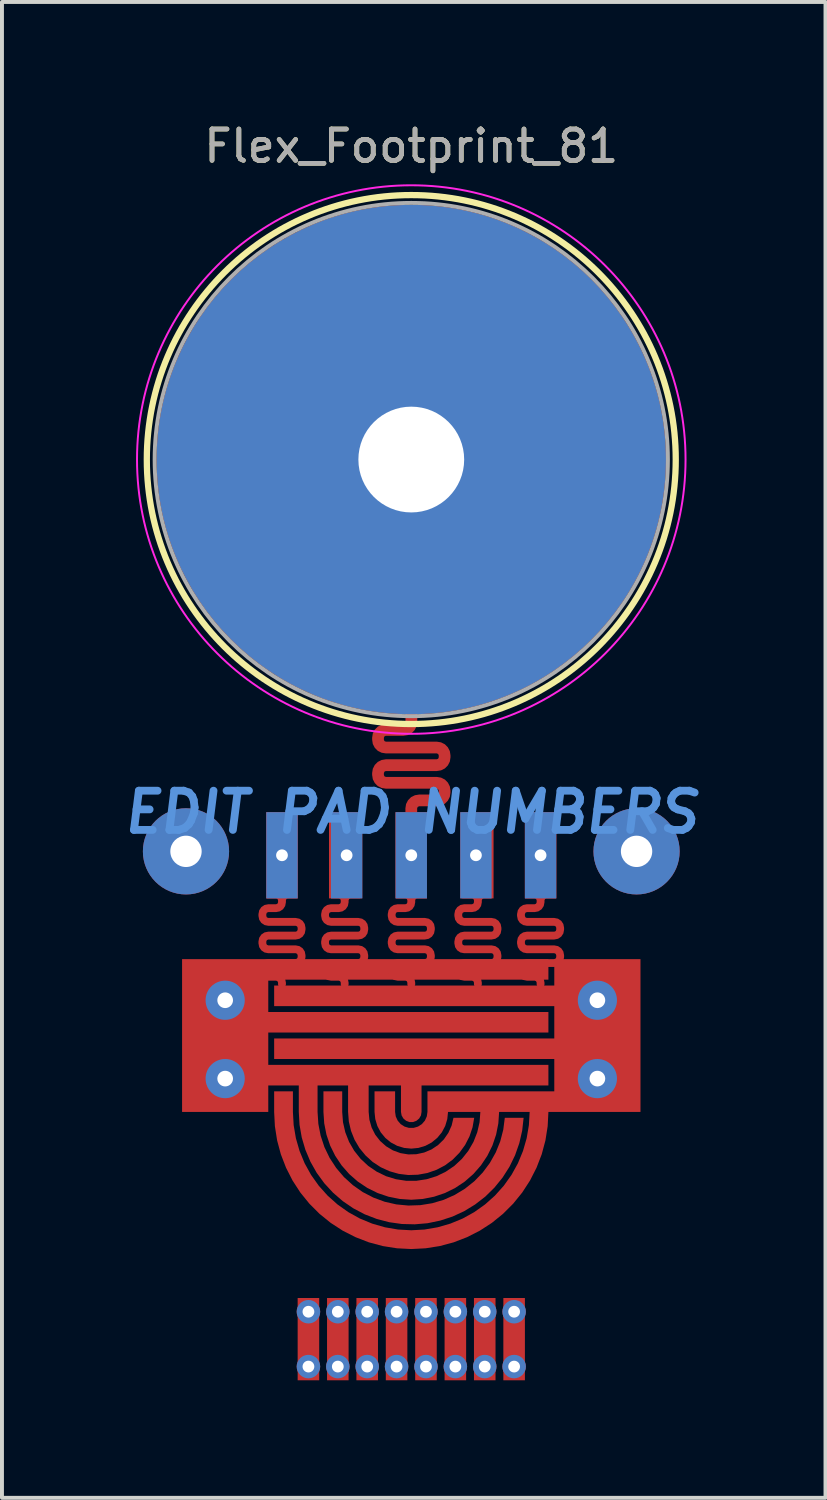
<source format=kicad_pcb>
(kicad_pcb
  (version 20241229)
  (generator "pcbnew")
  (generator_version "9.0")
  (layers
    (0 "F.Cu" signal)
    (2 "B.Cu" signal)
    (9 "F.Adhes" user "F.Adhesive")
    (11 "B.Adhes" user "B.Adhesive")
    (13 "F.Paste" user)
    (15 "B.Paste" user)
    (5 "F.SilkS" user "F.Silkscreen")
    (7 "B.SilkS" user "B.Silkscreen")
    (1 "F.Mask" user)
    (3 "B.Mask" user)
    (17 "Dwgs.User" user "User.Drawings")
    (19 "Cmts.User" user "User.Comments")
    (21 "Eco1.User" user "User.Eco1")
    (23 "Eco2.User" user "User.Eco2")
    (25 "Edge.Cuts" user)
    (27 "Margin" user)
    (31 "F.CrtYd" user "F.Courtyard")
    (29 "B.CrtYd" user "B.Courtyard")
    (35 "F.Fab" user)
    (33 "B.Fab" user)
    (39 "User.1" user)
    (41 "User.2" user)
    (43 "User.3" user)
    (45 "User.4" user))
  (footprint "Flex_Footprint_81"
    (layer "F.Cu")
    (at 7.447 8.679)
    (property "Reference" "Flex_Footprint_81" (at 0 -8 0) (layer "F.SilkS") (effects (font (size 0.8 0.8) (thickness 0.12))))
    (attr through_hole)
    (fp_circle (center 0 0) (end -6.75 0) (stroke (width 0.16) (type solid)) (fill no) (layer "F.SilkS"))
    (fp_circle (center 0 0) (end -7 0) (stroke (width 0.05) (type solid)) (fill no) (layer "F.CrtYd"))
    (fp_circle (center 0 0) (end -6.55 0) (stroke (width 0.1) (type solid)) (fill no) (layer "F.Fab"))
    (fp_text user "EDIT PAD NUMBERS" (at 0 9 0) (layer "Cmts.User") (effects (font (size 1 1) (thickness 0.2) (italic yes))))
    (fp_text user "${REFERENCE}" (at 0 -8 0) (layer "F.Fab") (effects (font (size 0.8 0.8) (thickness 0.12))))
    (pad "#" thru_hole circle (at -5.75 10) (size 2.2 2.2) (drill 0.8) (layers "*.Cu" "*.Mask"))
    (pad "#" smd custom (at -4.85 14.75) (size 0.2 0.2) (layers "F.Cu" "F.Mask") (options (anchor circle)) (primitives (gr_poly (pts (xy 8.35 -1.475) (xy 1.2 -1.475) (xy 1.2 -0.65) (xy 8.35 -0.65) (xy 8.35 -0.125) (xy 1.2 -0.125) (xy 1.2 0.7) (xy 8.35 0.7) (xy 8.35 1.225) (xy 5.112 1.225) (xy 5.112 1.9) (xy 5.097 1.99) (xy 5.051 2.069) (xy 4.981 2.127) (xy 4.896 2.159) (xy 4.804 2.159) (xy 4.719 2.127) (xy 4.649 2.069) (xy 4.603 1.99) (xy 4.587 1.9) (xy 4.587 1.225) (xy 3.762 1.225) (xy 3.762 1.9) (xy 3.782 2.103) (xy 3.838 2.299) (xy 3.93 2.481) (xy 4.055 2.642) (xy 4.207 2.777) (xy 4.382 2.882) (xy 4.574 2.952) (xy 4.775 2.985) (xy 4.979 2.98) (xy 5.178 2.937) (xy 5.366 2.858) (xy 5.535 2.745) (xy 5.681 2.602) (xy 5.797 2.434) (xy 5.88 2.248) (xy 5.927 2.05) (xy 6.456 2.05) (xy 6.414 2.292) (xy 6.336 2.525) (xy 6.224 2.743) (xy 6.08 2.942) (xy 5.908 3.117) (xy 5.711 3.264) (xy 5.494 3.378) (xy 5.262 3.459) (xy 5.02 3.503) (xy 4.775 3.511) (xy 4.531 3.481) (xy 4.295 3.414) (xy 4.071 3.312) (xy 3.866 3.178) (xy 3.684 3.013) (xy 3.528 2.823) (xy 3.403 2.612) (xy 3.312 2.384) (xy 3.256 2.145) (xy 3.237 1.9) (xy 3.237 1.225) (xy 2.458 1.225) (xy 2.458 1.9) (xy 2.478 2.206) (xy 2.537 2.507) (xy 2.633 2.798) (xy 2.766 3.074) (xy 2.934 3.331) (xy 3.133 3.564) (xy 3.36 3.77) (xy 3.611 3.946) (xy 3.883 4.087) (xy 4.171 4.193) (xy 4.47 4.261) (xy 4.775 4.29) (xy 5.081 4.28) (xy 5.384 4.231) (xy 5.678 4.144) (xy 5.958 4.019) (xy 6.22 3.86) (xy 6.46 3.669) (xy 6.673 3.448) (xy 6.856 3.202) (xy 7.006 2.935) (xy 7.121 2.651) (xy 7.198 2.354) (xy 7.237 2.05) (xy 7.717 2.05) (xy 7.681 2.376) (xy 7.608 2.696) (xy 7.499 3.006) (xy 7.356 3.301) (xy 7.179 3.578) (xy 6.972 3.833) (xy 6.738 4.063) (xy 6.478 4.264) (xy 6.198 4.435) (xy 5.9 4.572) (xy 5.588 4.674) (xy 5.266 4.741) (xy 4.939 4.769) (xy 4.611 4.761) (xy 4.286 4.715) (xy 3.968 4.632) (xy 3.662 4.514) (xy 3.371 4.361) (xy 3.1 4.176) (xy 2.852 3.961) (xy 2.63 3.72) (xy 2.436 3.454) (xy 2.275 3.169) (xy 2.147 2.866) (xy 2.054 2.551) (xy 1.998 2.228) (xy 1.979 1.9) (xy 1.979 1.225) (xy 1.2 1.225) (xy 1.2 1.9) (xy -1 1.9) (xy -1 -2) (xy 8.35 -2)) (width 0) (fill yes))))
    (pad "#" thru_hole circle (at -4.75 13.8) (size 1 1) (drill 0.4) (layers "*.Cu" "*.Mask"))
    (pad "#" thru_hole circle (at -4.75 15.8) (size 1 1) (drill 0.4) (layers "*.Cu" "*.Mask"))
    (pad "#" thru_hole rect (at -3.3 10.1) (size 0.8 2.2) (drill 0.3) (layers "*.Cu" "*.Mask"))
    (pad "#" smd custom (at -3.3 13.4) (size 0.1 0.1) (layers "F.Cu" "F.Mask") (options (anchor circle)) (primitives (gr_poly (pts (xy -0.15 -2.05) (xy -0.115 -2.065) (xy -0.1 -2.1) (xy -0.1 -2.15) (xy -0.115 -2.185) (xy -0.15 -2.2) (xy -0.4 -2.2) (xy -0.4 -4.4) (xy 0.4 -4.4) (xy 0.4 -2.2) (xy 0.15 -2.2) (xy 0.115 -2.185) (xy 0.1 -2.15) (xy 0.1 -2.1) (xy 0.081 -2.004) (xy 0.027 -1.923) (xy -0.054 -1.869) (xy -0.15 -1.85) (xy -0.35 -1.85) (xy -0.385 -1.835) (xy -0.4 -1.8) (xy -0.4 -1.75) (xy -0.385 -1.715) (xy -0.35 -1.7) (xy 0.35 -1.7) (xy 0.446 -1.681) (xy 0.527 -1.627) (xy 0.581 -1.546) (xy 0.6 -1.45) (xy 0.6 -1.4) (xy 0.581 -1.304) (xy 0.527 -1.223) (xy 0.446 -1.169) (xy 0.35 -1.15) (xy -0.35 -1.15) (xy -0.385 -1.135) (xy -0.4 -1.1) (xy -0.4 -1.05) (xy -0.385 -1.015) (xy -0.35 -1) (xy 0.35 -1) (xy 0.446 -0.981) (xy 0.527 -0.927) (xy 0.581 -0.846) (xy 0.6 -0.75) (xy 0.6 -0.7) (xy 0.581 -0.604) (xy 0.527 -0.523) (xy 0.446 -0.469) (xy 0.35 -0.45) (xy -0.35 -0.45) (xy -0.385 -0.435) (xy -0.4 -0.4) (xy -0.4 -0.35) (xy -0.385 -0.315) (xy -0.35 -0.3) (xy -0.15 -0.3) (xy -0.054 -0.281) (xy 0.027 -0.227) (xy 0.081 -0.146) (xy 0.1 -0.05) (xy 0.1 0) (xy 0.081 0.059) (xy 0.031 0.095) (xy -0.031 0.095) (xy -0.081 0.059) (xy -0.1 0) (xy -0.1 -0.05) (xy -0.115 -0.085) (xy -0.15 -0.1) (xy -0.35 -0.1) (xy -0.446 -0.119) (xy -0.527 -0.173) (xy -0.581 -0.254) (xy -0.6 -0.35) (xy -0.6 -0.4) (xy -0.581 -0.496) (xy -0.527 -0.577) (xy -0.446 -0.631) (xy -0.35 -0.65) (xy 0.35 -0.65) (xy 0.385 -0.665) (xy 0.4 -0.7) (xy 0.4 -0.75) (xy 0.385 -0.785) (xy 0.35 -0.8) (xy -0.35 -0.8) (xy -0.446 -0.819) (xy -0.527 -0.873) (xy -0.581 -0.954) (xy -0.6 -1.05) (xy -0.6 -1.1) (xy -0.581 -1.196) (xy -0.527 -1.277) (xy -0.446 -1.331) (xy -0.35 -1.35) (xy 0.35 -1.35) (xy 0.385 -1.365) (xy 0.4 -1.4) (xy 0.4 -1.45) (xy 0.385 -1.485) (xy 0.35 -1.5) (xy -0.35 -1.5) (xy -0.446 -1.519) (xy -0.527 -1.573) (xy -0.581 -1.654) (xy -0.6 -1.75) (xy -0.6 -1.8) (xy -0.581 -1.896) (xy -0.527 -1.977) (xy -0.446 -2.031) (xy -0.35 -2.05)) (width 0) (fill yes))))
    (pad "#" thru_hole circle (at -2.625 21.75) (size 0.6 0.6) (drill 0.3) (layers "*.Cu" "*.Mask"))
    (pad "#" smd custom (at -2.625 22.45) (size 0.2 0.2) (layers "F.Cu" "F.Mask") (options (anchor circle)) (primitives (gr_poly (pts (xy -0.275 -1.05) (xy -0.275 1.05) (xy 0.275 1.05) (xy 0.275 -1.05)) (width 0) (fill yes))))
    (pad "#" thru_hole circle (at -2.625 23.15) (size 0.6 0.6) (drill 0.3) (layers "*.Cu" "*.Mask"))
    (pad "#" thru_hole circle (at -1.875 21.75) (size 0.6 0.6) (drill 0.3) (layers "*.Cu" "*.Mask"))
    (pad "#" smd custom (at -1.875 22.45) (size 0.2 0.2) (layers "F.Cu" "F.Mask") (options (anchor circle)) (primitives (gr_poly (pts (xy 0.275 -1.05) (xy 0.275 1.05) (xy -0.275 1.05) (xy -0.275 -1.05)) (width 0) (fill yes))))
    (pad "#" thru_hole circle (at -1.875 23.15) (size 0.6 0.6) (drill 0.3) (layers "*.Cu" "*.Mask"))
    (pad "#" smd custom (at -1.7 13.4) (size 0.1 0.1) (layers "F.Cu" "F.Mask") (options (anchor circle)) (primitives (gr_poly (pts (xy -0.15 -2.05) (xy -0.115 -2.065) (xy -0.1 -2.1) (xy -0.1 -2.15) (xy -0.115 -2.185) (xy -0.15 -2.2) (xy -0.4 -2.2) (xy -0.4 -4.4) (xy 0.4 -4.4) (xy 0.4 -2.2) (xy 0.15 -2.2) (xy 0.115 -2.185) (xy 0.1 -2.15) (xy 0.1 -2.1) (xy 0.081 -2.004) (xy 0.027 -1.923) (xy -0.054 -1.869) (xy -0.15 -1.85) (xy -0.35 -1.85) (xy -0.385 -1.835) (xy -0.4 -1.8) (xy -0.4 -1.75) (xy -0.385 -1.715) (xy -0.35 -1.7) (xy 0.35 -1.7) (xy 0.446 -1.681) (xy 0.527 -1.627) (xy 0.581 -1.546) (xy 0.6 -1.45) (xy 0.6 -1.4) (xy 0.581 -1.304) (xy 0.527 -1.223) (xy 0.446 -1.169) (xy 0.35 -1.15) (xy -0.35 -1.15) (xy -0.385 -1.135) (xy -0.4 -1.1) (xy -0.4 -1.05) (xy -0.385 -1.015) (xy -0.35 -1) (xy 0.35 -1) (xy 0.446 -0.981) (xy 0.527 -0.927) (xy 0.581 -0.846) (xy 0.6 -0.75) (xy 0.6 -0.7) (xy 0.581 -0.604) (xy 0.527 -0.523) (xy 0.446 -0.469) (xy 0.35 -0.45) (xy -0.35 -0.45) (xy -0.385 -0.435) (xy -0.4 -0.4) (xy -0.4 -0.35) (xy -0.385 -0.315) (xy -0.35 -0.3) (xy -0.15 -0.3) (xy -0.054 -0.281) (xy 0.027 -0.227) (xy 0.081 -0.146) (xy 0.1 -0.05) (xy 0.1 0) (xy 0.081 0.059) (xy 0.031 0.095) (xy -0.031 0.095) (xy -0.081 0.059) (xy -0.1 0) (xy -0.1 -0.05) (xy -0.115 -0.085) (xy -0.15 -0.1) (xy -0.35 -0.1) (xy -0.446 -0.119) (xy -0.527 -0.173) (xy -0.581 -0.254) (xy -0.6 -0.35) (xy -0.6 -0.4) (xy -0.581 -0.496) (xy -0.527 -0.577) (xy -0.446 -0.631) (xy -0.35 -0.65) (xy 0.35 -0.65) (xy 0.385 -0.665) (xy 0.4 -0.7) (xy 0.4 -0.75) (xy 0.385 -0.785) (xy 0.35 -0.8) (xy -0.35 -0.8) (xy -0.446 -0.819) (xy -0.527 -0.873) (xy -0.581 -0.954) (xy -0.6 -1.05) (xy -0.6 -1.1) (xy -0.581 -1.196) (xy -0.527 -1.277) (xy -0.446 -1.331) (xy -0.35 -1.35) (xy 0.35 -1.35) (xy 0.385 -1.365) (xy 0.4 -1.4) (xy 0.4 -1.45) (xy 0.385 -1.485) (xy 0.35 -1.5) (xy -0.35 -1.5) (xy -0.446 -1.519) (xy -0.527 -1.573) (xy -0.581 -1.654) (xy -0.6 -1.75) (xy -0.6 -1.8) (xy -0.581 -1.896) (xy -0.527 -1.977) (xy -0.446 -2.031) (xy -0.35 -2.05)) (width 0) (fill yes))))
    (pad "#" thru_hole rect (at -1.65 10.1) (size 0.8 2.2) (drill 0.3) (layers "*.Cu" "*.Mask"))
    (pad "#" thru_hole circle (at -1.125 21.75) (size 0.6 0.6) (drill 0.3) (layers "*.Cu" "*.Mask"))
    (pad "#" smd custom (at -1.125 22.45) (size 0.2 0.2) (layers "F.Cu" "F.Mask") (options (anchor circle)) (primitives (gr_poly (pts (xy 0.275 -1.05) (xy 0.275 1.05) (xy -0.275 1.05) (xy -0.275 -1.05)) (width 0) (fill yes))))
    (pad "#" thru_hole circle (at -1.125 23.15) (size 0.6 0.6) (drill 0.3) (layers "*.Cu" "*.Mask"))
    (pad "#" thru_hole circle (at -0.375 21.75) (size 0.6 0.6) (drill 0.3) (layers "*.Cu" "*.Mask"))
    (pad "#" smd custom (at -0.375 22.45) (size 0.2 0.2) (layers "F.Cu" "F.Mask") (options (anchor circle)) (primitives (gr_poly (pts (xy 0.275 1.05) (xy -0.275 1.05) (xy -0.275 -1.05) (xy 0.275 -1.05)) (width 0) (fill yes))))
    (pad "#" thru_hole circle (at -0.375 23.15) (size 0.6 0.6) (drill 0.3) (layers "*.Cu" "*.Mask"))
    (pad "#" thru_hole circle (at 0 0) (size 13 13) (drill 2.7) (layers "*.Cu" "*.Mask"))
    (pad "#" smd custom (at 0 9.033) (size 0.073 0.073) (layers "F.Cu" "F.Mask") (options (anchor circle)) (primitives (gr_poly (pts (xy -0.198 -2.283) (xy -0.162 -2.297) (xy -0.148 -2.333) (xy -0.148 -2.595) (xy 0.152 -2.595) (xy 0.152 -2.333) (xy 0.135 -2.224) (xy 0.085 -2.127) (xy 0.008 -2.049) (xy -0.09 -2) (xy -0.198 -1.983) (xy -0.649 -1.983) (xy -0.684 -1.968) (xy -0.699 -1.933) (xy -0.699 -1.883) (xy -0.684 -1.847) (xy -0.649 -1.833) (xy 0.651 -1.833) (xy 0.759 -1.815) (xy 0.857 -1.766) (xy 0.934 -1.688) (xy 0.984 -1.591) (xy 1.001 -1.483) (xy 1.001 -1.433) (xy 0.984 -1.324) (xy 0.934 -1.227) (xy 0.857 -1.149) (xy 0.759 -1.1) (xy 0.651 -1.083) (xy -0.649 -1.083) (xy -0.684 -1.068) (xy -0.699 -1.033) (xy -0.699 -0.983) (xy -0.684 -0.947) (xy -0.649 -0.933) (xy 0.651 -0.933) (xy 0.759 -0.915) (xy 0.857 -0.866) (xy 0.934 -0.788) (xy 0.984 -0.691) (xy 1.001 -0.583) (xy 1.001 -0.533) (xy 0.984 -0.424) (xy 0.934 -0.327) (xy 0.857 -0.249) (xy 0.759 -0.2) (xy 0.651 -0.183) (xy 0.2 -0.183) (xy 0.165 -0.168) (xy 0.15 -0.133) (xy 0.15 0) (xy 0.135 0.065) (xy 0.094 0.117) (xy 0.033 0.146) (xy -0.033 0.146) (xy -0.094 0.117) (xy -0.135 0.065) (xy -0.15 0) (xy -0.15 -0.133) (xy -0.133 -0.241) (xy -0.083 -0.338) (xy -0.006 -0.416) (xy 0.092 -0.465) (xy 0.2 -0.483) (xy 0.651 -0.483) (xy 0.686 -0.497) (xy 0.701 -0.533) (xy 0.701 -0.583) (xy 0.686 -0.618) (xy 0.651 -0.633) (xy -0.649 -0.633) (xy -0.757 -0.65) (xy -0.855 -0.699) (xy -0.932 -0.777) (xy -0.982 -0.874) (xy -0.999 -0.983) (xy -0.999 -1.033) (xy -0.982 -1.141) (xy -0.932 -1.238) (xy -0.855 -1.316) (xy -0.757 -1.365) (xy -0.649 -1.383) (xy 0.651 -1.383) (xy 0.686 -1.397) (xy 0.701 -1.433) (xy 0.701 -1.483) (xy 0.686 -1.518) (xy 0.651 -1.533) (xy -0.649 -1.533) (xy -0.757 -1.55) (xy -0.855 -1.599) (xy -0.932 -1.677) (xy -0.982 -1.774) (xy -0.999 -1.883) (xy -0.999 -1.933) (xy -0.982 -2.041) (xy -0.932 -2.138) (xy -0.855 -2.216) (xy -0.757 -2.265) (xy -0.649 -2.283)) (width 0) (fill yes))))
    (pad "#" smd custom (at 0 9.033) (size 0.073 0.073) (layers "F.Cu" "F.Mask") (options (anchor circle)) (primitives (gr_poly (pts (xy -0.15 2.317) (xy -0.115 2.302) (xy -0.1 2.267) (xy -0.1 2.217) (xy -0.115 2.181) (xy -0.15 2.167) (xy -0.4 2.167) (xy -0.4 -0.033) (xy 0.4 -0.033) (xy 0.4 2.167) (xy 0.15 2.167) (xy 0.115 2.181) (xy 0.1 2.217) (xy 0.1 2.267) (xy 0.081 2.362) (xy 0.027 2.444) (xy -0.054 2.498) (xy -0.15 2.517) (xy -0.35 2.517) (xy -0.385 2.531) (xy -0.4 2.567) (xy -0.4 2.617) (xy -0.385 2.652) (xy -0.35 2.667) (xy 0.35 2.667) (xy 0.446 2.686) (xy 0.527 2.74) (xy 0.581 2.821) (xy 0.6 2.917) (xy 0.6 2.967) (xy 0.581 3.062) (xy 0.527 3.144) (xy 0.446 3.198) (xy 0.35 3.217) (xy -0.35 3.217) (xy -0.385 3.231) (xy -0.4 3.267) (xy -0.4 3.317) (xy -0.385 3.352) (xy -0.35 3.367) (xy 0.35 3.367) (xy 0.446 3.386) (xy 0.527 3.44) (xy 0.581 3.521) (xy 0.6 3.617) (xy 0.6 3.667) (xy 0.581 3.762) (xy 0.527 3.844) (xy 0.446 3.898) (xy 0.35 3.917) (xy -0.35 3.917) (xy -0.385 3.931) (xy -0.4 3.967) (xy -0.4 4.017) (xy -0.385 4.052) (xy -0.35 4.067) (xy -0.15 4.067) (xy -0.054 4.086) (xy 0.027 4.14) (xy 0.081 4.221) (xy 0.1 4.317) (xy 0.1 4.367) (xy 0.081 4.426) (xy 0.031 4.462) (xy -0.031 4.462) (xy -0.081 4.426) (xy -0.1 4.367) (xy -0.1 4.317) (xy -0.115 4.281) (xy -0.15 4.267) (xy -0.35 4.267) (xy -0.446 4.248) (xy -0.527 4.194) (xy -0.581 4.112) (xy -0.6 4.017) (xy -0.6 3.967) (xy -0.581 3.871) (xy -0.527 3.79) (xy -0.446 3.736) (xy -0.35 3.717) (xy 0.35 3.717) (xy 0.385 3.702) (xy 0.4 3.667) (xy 0.4 3.617) (xy 0.385 3.581) (xy 0.35 3.567) (xy -0.35 3.567) (xy -0.446 3.548) (xy -0.527 3.494) (xy -0.581 3.412) (xy -0.6 3.317) (xy -0.6 3.267) (xy -0.581 3.171) (xy -0.527 3.09) (xy -0.446 3.036) (xy -0.35 3.017) (xy 0.35 3.017) (xy 0.385 3.002) (xy 0.4 2.967) (xy 0.4 2.917) (xy 0.385 2.881) (xy 0.35 2.867) (xy -0.35 2.867) (xy -0.446 2.848) (xy -0.527 2.794) (xy -0.581 2.712) (xy -0.6 2.617) (xy -0.6 2.567) (xy -0.581 2.471) (xy -0.527 2.39) (xy -0.446 2.336) (xy -0.35 2.317)) (width 0) (fill yes))))
    (pad "#" thru_hole rect (at 0 10.1) (size 0.8 2.2) (drill 0.3) (layers "*.Cu" "*.Mask"))
    (pad "#" thru_hole circle (at 0.375 21.75) (size 0.6 0.6) (drill 0.3) (layers "*.Cu" "*.Mask"))
    (pad "#" smd custom (at 0.375 22.45) (size 0.2 0.2) (layers "F.Cu" "F.Mask") (options (anchor circle)) (primitives (gr_poly (pts (xy 0.275 -1.05) (xy 0.275 1.05) (xy -0.275 1.05) (xy -0.275 -1.05)) (width 0) (fill yes))))
    (pad "#" thru_hole circle (at 0.375 23.15) (size 0.6 0.6) (drill 0.3) (layers "*.Cu" "*.Mask"))
    (pad "#" thru_hole circle (at 1.125 21.75) (size 0.6 0.6) (drill 0.3) (layers "*.Cu" "*.Mask"))
    (pad "#" smd custom (at 1.125 22.45) (size 0.2 0.2) (layers "F.Cu" "F.Mask") (options (anchor circle)) (primitives (gr_poly (pts (xy 0.275 -1.05) (xy 0.275 1.05) (xy -0.275 1.05) (xy -0.275 -1.05)) (width 0) (fill yes))))
    (pad "#" thru_hole circle (at 1.125 23.15) (size 0.6 0.6) (drill 0.3) (layers "*.Cu" "*.Mask"))
    (pad "#" thru_hole rect (at 1.65 10.1) (size 0.8 2.2) (drill 0.3) (layers "*.Cu" "*.Mask"))
    (pad "#" smd custom (at 1.7 13.4) (size 0.1 0.1) (layers "F.Cu" "F.Mask") (options (anchor circle)) (primitives (gr_poly (pts (xy -0.15 -2.05) (xy -0.115 -2.065) (xy -0.1 -2.1) (xy -0.1 -2.15) (xy -0.115 -2.185) (xy -0.15 -2.2) (xy -0.4 -2.2) (xy -0.4 -4.4) (xy 0.4 -4.4) (xy 0.4 -2.2) (xy 0.15 -2.2) (xy 0.115 -2.185) (xy 0.1 -2.15) (xy 0.1 -2.1) (xy 0.081 -2.004) (xy 0.027 -1.923) (xy -0.054 -1.869) (xy -0.15 -1.85) (xy -0.35 -1.85) (xy -0.385 -1.835) (xy -0.4 -1.8) (xy -0.4 -1.75) (xy -0.385 -1.715) (xy -0.35 -1.7) (xy 0.35 -1.7) (xy 0.446 -1.681) (xy 0.527 -1.627) (xy 0.581 -1.546) (xy 0.6 -1.45) (xy 0.6 -1.4) (xy 0.581 -1.304) (xy 0.527 -1.223) (xy 0.446 -1.169) (xy 0.35 -1.15) (xy -0.35 -1.15) (xy -0.385 -1.135) (xy -0.4 -1.1) (xy -0.4 -1.05) (xy -0.385 -1.015) (xy -0.35 -1) (xy 0.35 -1) (xy 0.446 -0.981) (xy 0.527 -0.927) (xy 0.581 -0.846) (xy 0.6 -0.75) (xy 0.6 -0.7) (xy 0.581 -0.604) (xy 0.527 -0.523) (xy 0.446 -0.469) (xy 0.35 -0.45) (xy -0.35 -0.45) (xy -0.385 -0.435) (xy -0.4 -0.4) (xy -0.4 -0.35) (xy -0.385 -0.315) (xy -0.35 -0.3) (xy -0.15 -0.3) (xy -0.054 -0.281) (xy 0.027 -0.227) (xy 0.081 -0.146) (xy 0.1 -0.05) (xy 0.1 0) (xy 0.081 0.059) (xy 0.031 0.095) (xy -0.031 0.095) (xy -0.081 0.059) (xy -0.1 0) (xy -0.1 -0.05) (xy -0.115 -0.085) (xy -0.15 -0.1) (xy -0.35 -0.1) (xy -0.446 -0.119) (xy -0.527 -0.173) (xy -0.581 -0.254) (xy -0.6 -0.35) (xy -0.6 -0.4) (xy -0.581 -0.496) (xy -0.527 -0.577) (xy -0.446 -0.631) (xy -0.35 -0.65) (xy 0.35 -0.65) (xy 0.385 -0.665) (xy 0.4 -0.7) (xy 0.4 -0.75) (xy 0.385 -0.785) (xy 0.35 -0.8) (xy -0.35 -0.8) (xy -0.446 -0.819) (xy -0.527 -0.873) (xy -0.581 -0.954) (xy -0.6 -1.05) (xy -0.6 -1.1) (xy -0.581 -1.196) (xy -0.527 -1.277) (xy -0.446 -1.331) (xy -0.35 -1.35) (xy 0.35 -1.35) (xy 0.385 -1.365) (xy 0.4 -1.4) (xy 0.4 -1.45) (xy 0.385 -1.485) (xy 0.35 -1.5) (xy -0.35 -1.5) (xy -0.446 -1.519) (xy -0.527 -1.573) (xy -0.581 -1.654) (xy -0.6 -1.75) (xy -0.6 -1.8) (xy -0.581 -1.896) (xy -0.527 -1.977) (xy -0.446 -2.031) (xy -0.35 -2.05)) (width 0) (fill yes))))
    (pad "#" thru_hole circle (at 1.875 21.75) (size 0.6 0.6) (drill 0.3) (layers "*.Cu" "*.Mask"))
    (pad "#" smd custom (at 1.875 22.45) (size 0.2 0.2) (layers "F.Cu" "F.Mask") (options (anchor circle)) (primitives (gr_poly (pts (xy 0.275 -1.05) (xy 0.275 1.05) (xy -0.275 1.05) (xy -0.275 -1.05)) (width 0) (fill yes))))
    (pad "#" thru_hole circle (at 1.875 23.15) (size 0.6 0.6) (drill 0.3) (layers "*.Cu" "*.Mask"))
    (pad "#" thru_hole circle (at 2.625 21.75) (size 0.6 0.6) (drill 0.3) (layers "*.Cu" "*.Mask"))
    (pad "#" smd custom (at 2.625 22.45) (size 0.2 0.2) (layers "F.Cu" "F.Mask") (options (anchor circle)) (primitives (gr_poly (pts (xy 0.275 -1.05) (xy 0.275 1.05) (xy -0.275 1.05) (xy -0.275 -1.05)) (width 0) (fill yes))))
    (pad "#" thru_hole circle (at 2.625 23.15) (size 0.6 0.6) (drill 0.3) (layers "*.Cu" "*.Mask"))
    (pad "#" thru_hole rect (at 3.3 10.1) (size 0.8 2.2) (drill 0.3) (layers "*.Cu" "*.Mask"))
    (pad "#" smd custom (at 3.3 13.4) (size 0.1 0.1) (layers "F.Cu" "F.Mask") (options (anchor circle)) (primitives (gr_poly (pts (xy -0.15 -2.05) (xy -0.115 -2.065) (xy -0.1 -2.1) (xy -0.1 -2.15) (xy -0.115 -2.185) (xy -0.15 -2.2) (xy -0.4 -2.2) (xy -0.4 -4.4) (xy 0.4 -4.4) (xy 0.4 -2.2) (xy 0.15 -2.2) (xy 0.115 -2.185) (xy 0.1 -2.15) (xy 0.1 -2.1) (xy 0.081 -2.004) (xy 0.027 -1.923) (xy -0.054 -1.869) (xy -0.15 -1.85) (xy -0.35 -1.85) (xy -0.385 -1.835) (xy -0.4 -1.8) (xy -0.4 -1.75) (xy -0.385 -1.715) (xy -0.35 -1.7) (xy 0.35 -1.7) (xy 0.446 -1.681) (xy 0.527 -1.627) (xy 0.581 -1.546) (xy 0.6 -1.45) (xy 0.6 -1.4) (xy 0.581 -1.304) (xy 0.527 -1.223) (xy 0.446 -1.169) (xy 0.35 -1.15) (xy -0.35 -1.15) (xy -0.385 -1.135) (xy -0.4 -1.1) (xy -0.4 -1.05) (xy -0.385 -1.015) (xy -0.35 -1) (xy 0.35 -1) (xy 0.446 -0.981) (xy 0.527 -0.927) (xy 0.581 -0.846) (xy 0.6 -0.75) (xy 0.6 -0.7) (xy 0.581 -0.604) (xy 0.527 -0.523) (xy 0.446 -0.469) (xy 0.35 -0.45) (xy -0.35 -0.45) (xy -0.385 -0.435) (xy -0.4 -0.4) (xy -0.4 -0.35) (xy -0.385 -0.315) (xy -0.35 -0.3) (xy -0.15 -0.3) (xy -0.054 -0.281) (xy 0.027 -0.227) (xy 0.081 -0.146) (xy 0.1 -0.05) (xy 0.1 0) (xy 0.081 0.059) (xy 0.031 0.095) (xy -0.031 0.095) (xy -0.081 0.059) (xy -0.1 0) (xy -0.1 -0.05) (xy -0.115 -0.085) (xy -0.15 -0.1) (xy -0.35 -0.1) (xy -0.446 -0.119) (xy -0.527 -0.173) (xy -0.581 -0.254) (xy -0.6 -0.35) (xy -0.6 -0.4) (xy -0.581 -0.496) (xy -0.527 -0.577) (xy -0.446 -0.631) (xy -0.35 -0.65) (xy 0.35 -0.65) (xy 0.385 -0.665) (xy 0.4 -0.7) (xy 0.4 -0.75) (xy 0.385 -0.785) (xy 0.35 -0.8) (xy -0.35 -0.8) (xy -0.446 -0.819) (xy -0.527 -0.873) (xy -0.581 -0.954) (xy -0.6 -1.05) (xy -0.6 -1.1) (xy -0.581 -1.196) (xy -0.527 -1.277) (xy -0.446 -1.331) (xy -0.35 -1.35) (xy 0.35 -1.35) (xy 0.385 -1.365) (xy 0.4 -1.4) (xy 0.4 -1.45) (xy 0.385 -1.485) (xy 0.35 -1.5) (xy -0.35 -1.5) (xy -0.446 -1.519) (xy -0.527 -1.573) (xy -0.581 -1.654) (xy -0.6 -1.75) (xy -0.6 -1.8) (xy -0.581 -1.896) (xy -0.527 -1.977) (xy -0.446 -2.031) (xy -0.35 -2.05)) (width 0) (fill yes))))
    (pad "#" thru_hole circle (at 4.75 13.8) (size 1 1) (drill 0.4) (layers "*.Cu" "*.Mask"))
    (pad "#" thru_hole circle (at 4.75 15.8) (size 1 1) (drill 0.4) (layers "*.Cu" "*.Mask"))
    (pad "#" smd custom (at 4.85 14.75) (size 0.2 0.2) (layers "F.Cu" "F.Mask") (options (anchor circle)) (primitives (gr_poly (pts (xy -8.331 2.266) (xy -8.274 2.628) (xy -8.179 2.982) (xy -8.047 3.324) (xy -7.881 3.65) (xy -7.682 3.957) (xy -7.451 4.242) (xy -7.192 4.501) (xy -6.907 4.732) (xy -6.6 4.931) (xy -6.274 5.097) (xy -5.932 5.229) (xy -5.578 5.324) (xy -5.216 5.381) (xy -4.85 5.4) (xy -4.484 5.381) (xy -4.122 5.324) (xy -3.768 5.229) (xy -3.426 5.097) (xy -3.1 4.931) (xy -2.793 4.732) (xy -2.508 4.501) (xy -2.249 4.242) (xy -2.018 3.957) (xy -1.819 3.65) (xy -1.653 3.324) (xy -1.521 2.982) (xy -1.426 2.628) (xy -1.369 2.266) (xy -1.35 1.9) (xy 1 1.9) (xy 1 -2) (xy -1.2 -2) (xy -1.2 -1.325) (xy -8.35 -1.325) (xy -8.35 -0.8) (xy -1.2 -0.8) (xy -1.2 0.025) (xy -8.35 0.025) (xy -8.35 0.55) (xy -1.2 0.55) (xy -1.2 1.375) (xy -4.437 1.375) (xy -4.437 1.9) (xy -4.454 2.016) (xy -4.503 2.123) (xy -4.58 2.212) (xy -4.679 2.275) (xy -4.791 2.308) (xy -4.909 2.308) (xy -5.021 2.275) (xy -5.12 2.212) (xy -5.197 2.123) (xy -5.246 2.016) (xy -5.263 1.9) (xy -5.263 1.375) (xy -5.788 1.375) (xy -5.788 1.9) (xy -5.769 2.083) (xy -5.716 2.259) (xy -5.63 2.421) (xy -5.513 2.563) (xy -5.371 2.68) (xy -5.209 2.766) (xy -5.033 2.819) (xy -4.85 2.837) (xy -4.667 2.819) (xy -4.491 2.766) (xy -4.329 2.68) (xy -4.187 2.563) (xy -4.07 2.421) (xy -3.984 2.259) (xy -3.931 2.083) (xy -3.912 1.9) (xy -3.087 1.9) (xy -3.107 2.163) (xy -3.166 2.42) (xy -3.262 2.665) (xy -3.394 2.893) (xy -3.558 3.099) (xy -3.751 3.278) (xy -3.969 3.426) (xy -4.206 3.541) (xy -4.458 3.618) (xy -4.718 3.658) (xy -4.982 3.658) (xy -5.242 3.618) (xy -5.494 3.541) (xy -5.731 3.426) (xy -5.949 3.278) (xy -6.142 3.099) (xy -6.306 2.893) (xy -6.438 2.665) (xy -6.534 2.42) (xy -6.593 2.163) (xy -6.613 1.9) (xy -6.613 1.375) (xy -7.092 1.375) (xy -7.092 1.9) (xy -7.072 2.193) (xy -7.015 2.48) (xy -6.921 2.758) (xy -6.791 3.021) (xy -6.628 3.265) (xy -6.435 3.485) (xy -6.215 3.678) (xy -5.971 3.841) (xy -5.708 3.971) (xy -5.43 4.065) (xy -5.143 4.122) (xy -4.85 4.142) (xy -4.557 4.122) (xy -4.27 4.065) (xy -3.992 3.971) (xy -3.729 3.841) (xy -3.485 3.678) (xy -3.265 3.485) (xy -3.072 3.265) (xy -2.909 3.021) (xy -2.779 2.758) (xy -2.685 2.48) (xy -2.628 2.193) (xy -2.608 1.9) (xy -1.829 1.9) (xy -1.848 2.238) (xy -1.905 2.572) (xy -1.999 2.898) (xy -2.128 3.211) (xy -2.292 3.507) (xy -2.488 3.783) (xy -2.714 4.036) (xy -2.967 4.262) (xy -3.243 4.458) (xy -3.539 4.622) (xy -3.852 4.751) (xy -4.178 4.845) (xy -4.512 4.902) (xy -4.85 4.921) (xy -5.188 4.902) (xy -5.522 4.845) (xy -5.848 4.751) (xy -6.161 4.622) (xy -6.457 4.458) (xy -6.733 4.262) (xy -6.986 4.036) (xy -7.212 3.783) (xy -7.408 3.507) (xy -7.572 3.211) (xy -7.701 2.898) (xy -7.795 2.572) (xy -7.852 2.238) (xy -7.871 1.9) (xy -7.871 1.375) (xy -8.35 1.375) (xy -8.35 1.9)) (width 0) (fill yes))))
    (pad "#" thru_hole circle (at 5.75 10) (size 2.2 2.2) (drill 0.8) (layers "*.Cu" "*.Mask")))
  (gr_rect
    (start -3 -3)
    (end 18.019 35.179)
    (stroke (width 0.1) (type default))
    (fill no)
    (layer "Edge.Cuts")))
</source>
